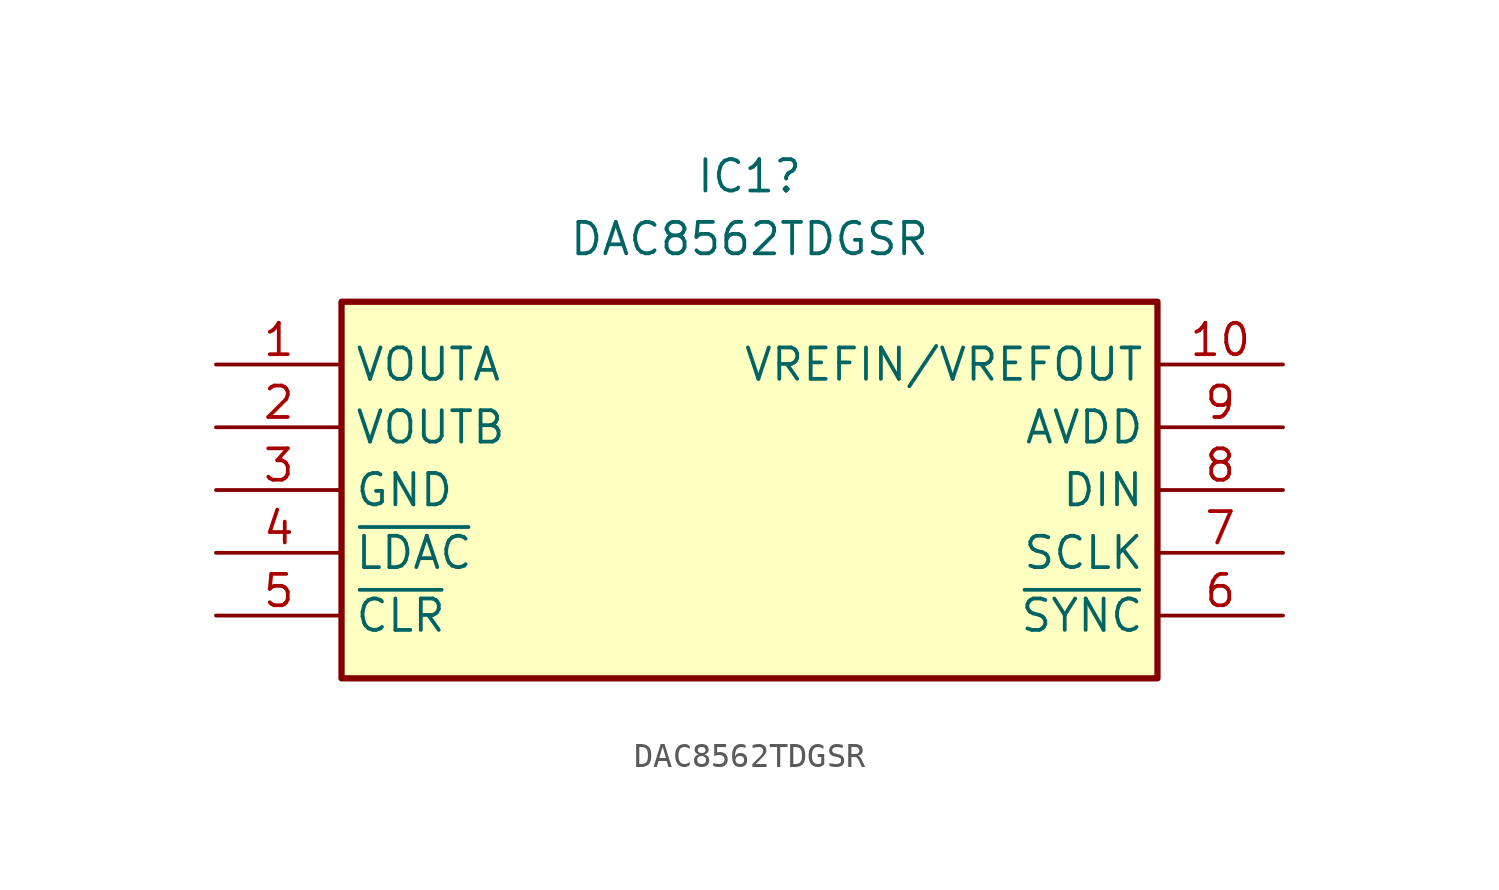
<source format=kicad_sym>
(kicad_symbol_lib
  (version 20231120)
  (generator "kicad_symbol_editor")
  (generator_version "8.0")
  (symbol "DAC8562TDGSR"
    (property "Reference" "IC1"
      (at 0 12.7 0)
      (effects (font (size 1.27 1.27))))
    (property "Value" "DAC8562TDGSR"
      (at 0 10.16 0)
      (effects (font (size 1.27 1.27))))
    (symbol "DAC8562TDGSR_1_1"
      (rectangle (start -16.51 7.62) (end 16.51 -7.62) (stroke (width 0.254) (type default)) (fill (type background)))
      (pin passive line (at -21.59 5.08 0) (length 5.08) (name "VOUTA" (effects (font (size 1.27 1.27)))) (number "1" (effects (font (size 1.27 1.27)))))
      (pin passive line (at 21.59 5.08 180) (length 5.08) (name "VREFIN/VREFOUT" (effects (font (size 1.27 1.27)))) (number "10" (effects (font (size 1.27 1.27)))))
      (pin passive line (at -21.59 2.54 0) (length 5.08) (name "VOUTB" (effects (font (size 1.27 1.27)))) (number "2" (effects (font (size 1.27 1.27)))))
      (pin passive line (at -21.59 0 0) (length 5.08) (name "GND" (effects (font (size 1.27 1.27)))) (number "3" (effects (font (size 1.27 1.27)))))
      (pin passive line (at -21.59 -2.54 0) (length 5.08) (name "~{LDAC}" (effects (font (size 1.27 1.27)))) (number "4" (effects (font (size 1.27 1.27)))))
      (pin passive line (at -21.59 -5.08 0) (length 5.08) (name "~{CLR}" (effects (font (size 1.27 1.27)))) (number "5" (effects (font (size 1.27 1.27)))))
      (pin passive line (at 21.59 -5.08 180) (length 5.08) (name "~{SYNC}" (effects (font (size 1.27 1.27)))) (number "6" (effects (font (size 1.27 1.27)))))
      (pin passive line (at 21.59 -2.54 180) (length 5.08) (name "SCLK" (effects (font (size 1.27 1.27)))) (number "7" (effects (font (size 1.27 1.27)))))
      (pin passive line (at 21.59 0 180) (length 5.08) (name "DIN" (effects (font (size 1.27 1.27)))) (number "8" (effects (font (size 1.27 1.27)))))
      (pin passive line (at 21.59 2.54 180) (length 5.08) (name "AVDD" (effects (font (size 1.27 1.27)))) (number "9" (effects (font (size 1.27 1.27))))))))
</source>
